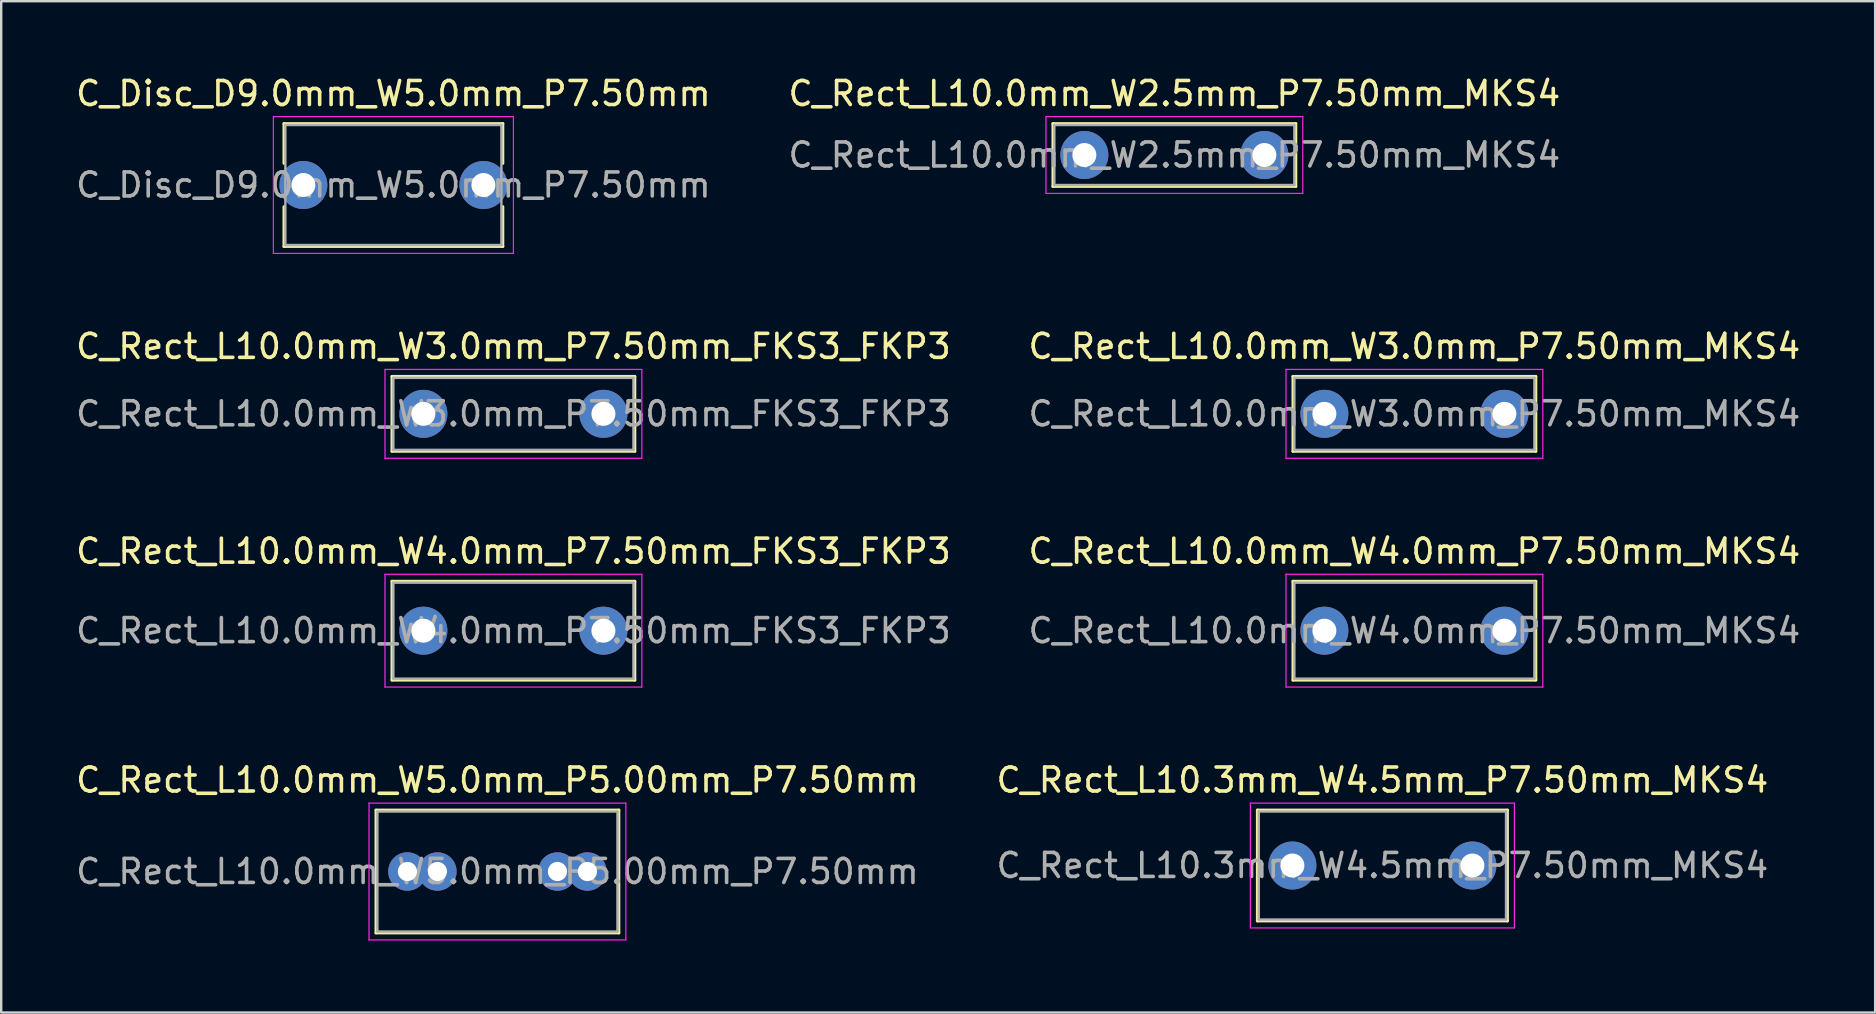
<source format=kicad_pcb>
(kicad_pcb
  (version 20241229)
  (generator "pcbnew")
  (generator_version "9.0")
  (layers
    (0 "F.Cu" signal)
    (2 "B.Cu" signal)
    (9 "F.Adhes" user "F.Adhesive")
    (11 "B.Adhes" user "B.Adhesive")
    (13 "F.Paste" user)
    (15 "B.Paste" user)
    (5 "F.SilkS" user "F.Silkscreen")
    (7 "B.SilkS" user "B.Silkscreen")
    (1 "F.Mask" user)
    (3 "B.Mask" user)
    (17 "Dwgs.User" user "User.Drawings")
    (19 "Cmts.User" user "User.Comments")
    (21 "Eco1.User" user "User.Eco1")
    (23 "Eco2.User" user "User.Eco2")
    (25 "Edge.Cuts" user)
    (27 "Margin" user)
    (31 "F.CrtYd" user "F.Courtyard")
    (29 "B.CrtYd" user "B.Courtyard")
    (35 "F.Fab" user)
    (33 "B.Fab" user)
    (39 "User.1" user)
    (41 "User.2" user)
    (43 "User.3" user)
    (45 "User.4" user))
  (footprint "C_Rect_L10.0mm_W3.0mm_P7.50mm_FKS3_FKP3"
    (layer "F.Cu")
    (at 14.589 14.191)
    (property "Reference" "C_Rect_L10.0mm_W3.0mm_P7.50mm_FKS3_FKP3" (at 3.75 -2.81 0) (layer "F.SilkS") (effects (font (size 1 1) (thickness 0.15))))
    (attr through_hole)
    (fp_line (start -1.31 -1.56) (end -1.31 1.56) (stroke (width 0.12) (type solid)) (layer "F.SilkS"))
    (fp_line (start -1.31 -1.56) (end 8.81 -1.56) (stroke (width 0.12) (type solid)) (layer "F.SilkS"))
    (fp_line (start -1.31 1.56) (end 8.81 1.56) (stroke (width 0.12) (type solid)) (layer "F.SilkS"))
    (fp_line (start 8.81 -1.56) (end 8.81 1.56) (stroke (width 0.12) (type solid)) (layer "F.SilkS"))
    (fp_line (start -1.6 -1.85) (end -1.6 1.85) (stroke (width 0.05) (type solid)) (layer "F.CrtYd"))
    (fp_line (start -1.6 1.85) (end 9.1 1.85) (stroke (width 0.05) (type solid)) (layer "F.CrtYd"))
    (fp_line (start 9.1 -1.85) (end -1.6 -1.85) (stroke (width 0.05) (type solid)) (layer "F.CrtYd"))
    (fp_line (start 9.1 1.85) (end 9.1 -1.85) (stroke (width 0.05) (type solid)) (layer "F.CrtYd"))
    (fp_line (start -1.25 -1.5) (end -1.25 1.5) (stroke (width 0.1) (type solid)) (layer "F.Fab"))
    (fp_line (start -1.25 1.5) (end 8.75 1.5) (stroke (width 0.1) (type solid)) (layer "F.Fab"))
    (fp_line (start 8.75 -1.5) (end -1.25 -1.5) (stroke (width 0.1) (type solid)) (layer "F.Fab"))
    (fp_line (start 8.75 1.5) (end 8.75 -1.5) (stroke (width 0.1) (type solid)) (layer "F.Fab"))
    (fp_text user "${REFERENCE}" (at 3.75 0 0) (layer "F.Fab") (effects (font (size 1 1) (thickness 0.15))))
    (pad "1" thru_hole circle (at 0 0) (size 2 2) (drill 1) (layers "*.Cu" "*.Mask"))
    (pad "2" thru_hole circle (at 7.5 0) (size 2 2) (drill 1) (layers "*.Cu" "*.Mask")))
  (footprint "C_Rect_L10.0mm_W4.0mm_P7.50mm_FKS3_FKP3"
    (layer "F.Cu")
    (at 14.589 23.225)
    (property "Reference" "C_Rect_L10.0mm_W4.0mm_P7.50mm_FKS3_FKP3" (at 3.75 -3.31 0) (layer "F.SilkS") (effects (font (size 1 1) (thickness 0.15))))
    (attr through_hole)
    (fp_line (start -1.31 -2.06) (end -1.31 2.06) (stroke (width 0.12) (type solid)) (layer "F.SilkS"))
    (fp_line (start -1.31 -2.06) (end 8.81 -2.06) (stroke (width 0.12) (type solid)) (layer "F.SilkS"))
    (fp_line (start -1.31 2.06) (end 8.81 2.06) (stroke (width 0.12) (type solid)) (layer "F.SilkS"))
    (fp_line (start 8.81 -2.06) (end 8.81 2.06) (stroke (width 0.12) (type solid)) (layer "F.SilkS"))
    (fp_line (start -1.6 -2.35) (end -1.6 2.35) (stroke (width 0.05) (type solid)) (layer "F.CrtYd"))
    (fp_line (start -1.6 2.35) (end 9.1 2.35) (stroke (width 0.05) (type solid)) (layer "F.CrtYd"))
    (fp_line (start 9.1 -2.35) (end -1.6 -2.35) (stroke (width 0.05) (type solid)) (layer "F.CrtYd"))
    (fp_line (start 9.1 2.35) (end 9.1 -2.35) (stroke (width 0.05) (type solid)) (layer "F.CrtYd"))
    (fp_line (start -1.25 -2) (end -1.25 2) (stroke (width 0.1) (type solid)) (layer "F.Fab"))
    (fp_line (start -1.25 2) (end 8.75 2) (stroke (width 0.1) (type solid)) (layer "F.Fab"))
    (fp_line (start 8.75 -2) (end -1.25 -2) (stroke (width 0.1) (type solid)) (layer "F.Fab"))
    (fp_line (start 8.75 2) (end 8.75 -2) (stroke (width 0.1) (type solid)) (layer "F.Fab"))
    (fp_text user "${REFERENCE}" (at 3.75 0 0) (layer "F.Fab") (effects (font (size 1 1) (thickness 0.15))))
    (pad "1" thru_hole circle (at 0 0) (size 2 2) (drill 1) (layers "*.Cu" "*.Mask"))
    (pad "2" thru_hole circle (at 7.5 0) (size 2 2) (drill 1) (layers "*.Cu" "*.Mask")))
  (footprint "C_Disc_D9.0mm_W5.0mm_P7.50mm"
    (layer "F.Cu")
    (at 9.589 4.658)
    (property "Reference" "C_Disc_D9.0mm_W5.0mm_P7.50mm" (at 3.75 -3.81 0) (layer "F.SilkS") (effects (font (size 1 1) (thickness 0.15))))
    (attr through_hole)
    (fp_line (start -0.81 -2.56) (end -0.81 -0.901) (stroke (width 0.12) (type solid)) (layer "F.SilkS"))
    (fp_line (start -0.81 -2.56) (end 8.31 -2.56) (stroke (width 0.12) (type solid)) (layer "F.SilkS"))
    (fp_line (start -0.81 0.901) (end -0.81 2.56) (stroke (width 0.12) (type solid)) (layer "F.SilkS"))
    (fp_line (start -0.81 2.56) (end 8.31 2.56) (stroke (width 0.12) (type solid)) (layer "F.SilkS"))
    (fp_line (start 8.31 -2.56) (end 8.31 -0.901) (stroke (width 0.12) (type solid)) (layer "F.SilkS"))
    (fp_line (start 8.31 0.901) (end 8.31 2.56) (stroke (width 0.12) (type solid)) (layer "F.SilkS"))
    (fp_line (start -1.25 -2.85) (end -1.25 2.85) (stroke (width 0.05) (type solid)) (layer "F.CrtYd"))
    (fp_line (start -1.25 2.85) (end 8.75 2.85) (stroke (width 0.05) (type solid)) (layer "F.CrtYd"))
    (fp_line (start 8.75 -2.85) (end -1.25 -2.85) (stroke (width 0.05) (type solid)) (layer "F.CrtYd"))
    (fp_line (start 8.75 2.85) (end 8.75 -2.85) (stroke (width 0.05) (type solid)) (layer "F.CrtYd"))
    (fp_line (start -0.75 -2.5) (end -0.75 2.5) (stroke (width 0.1) (type solid)) (layer "F.Fab"))
    (fp_line (start -0.75 2.5) (end 8.25 2.5) (stroke (width 0.1) (type solid)) (layer "F.Fab"))
    (fp_line (start 8.25 -2.5) (end -0.75 -2.5) (stroke (width 0.1) (type solid)) (layer "F.Fab"))
    (fp_line (start 8.25 2.5) (end 8.25 -2.5) (stroke (width 0.1) (type solid)) (layer "F.Fab"))
    (fp_text user "${REFERENCE}" (at 3.75 0 0) (layer "F.Fab") (effects (font (size 1 1) (thickness 0.15))))
    (pad "1" thru_hole circle (at 0 0) (size 2 2) (drill 1) (layers "*.Cu" "*.Mask"))
    (pad "2" thru_hole circle (at 7.5 0) (size 2 2) (drill 1) (layers "*.Cu" "*.Mask")))
  (footprint "C_Rect_L10.0mm_W2.5mm_P7.50mm_MKS4"
    (layer "F.Cu")
    (at 42.125 3.408)
    (property "Reference" "C_Rect_L10.0mm_W2.5mm_P7.50mm_MKS4" (at 3.75 -2.56 0) (layer "F.SilkS") (effects (font (size 1 1) (thickness 0.15))))
    (attr through_hole)
    (fp_line (start -1.31 -1.31) (end -1.31 1.31) (stroke (width 0.12) (type solid)) (layer "F.SilkS"))
    (fp_line (start -1.31 -1.31) (end 8.81 -1.31) (stroke (width 0.12) (type solid)) (layer "F.SilkS"))
    (fp_line (start -1.31 1.31) (end 8.81 1.31) (stroke (width 0.12) (type solid)) (layer "F.SilkS"))
    (fp_line (start 8.81 -1.31) (end 8.81 1.31) (stroke (width 0.12) (type solid)) (layer "F.SilkS"))
    (fp_line (start -1.6 -1.6) (end -1.6 1.6) (stroke (width 0.05) (type solid)) (layer "F.CrtYd"))
    (fp_line (start -1.6 1.6) (end 9.1 1.6) (stroke (width 0.05) (type solid)) (layer "F.CrtYd"))
    (fp_line (start 9.1 -1.6) (end -1.6 -1.6) (stroke (width 0.05) (type solid)) (layer "F.CrtYd"))
    (fp_line (start 9.1 1.6) (end 9.1 -1.6) (stroke (width 0.05) (type solid)) (layer "F.CrtYd"))
    (fp_line (start -1.25 -1.25) (end -1.25 1.25) (stroke (width 0.1) (type solid)) (layer "F.Fab"))
    (fp_line (start -1.25 1.25) (end 8.75 1.25) (stroke (width 0.1) (type solid)) (layer "F.Fab"))
    (fp_line (start 8.75 -1.25) (end -1.25 -1.25) (stroke (width 0.1) (type solid)) (layer "F.Fab"))
    (fp_line (start 8.75 1.25) (end 8.75 -1.25) (stroke (width 0.1) (type solid)) (layer "F.Fab"))
    (fp_text user "${REFERENCE}" (at 3.75 0 0) (layer "F.Fab") (effects (font (size 1 1) (thickness 0.15))))
    (pad "1" thru_hole circle (at 0 0) (size 2 2) (drill 1) (layers "*.Cu" "*.Mask"))
    (pad "2" thru_hole circle (at 7.5 0) (size 2 2) (drill 1) (layers "*.Cu" "*.Mask")))
  (footprint "C_Rect_L10.0mm_W3.0mm_P7.50mm_MKS4"
    (layer "F.Cu")
    (at 52.125 14.191)
    (property "Reference" "C_Rect_L10.0mm_W3.0mm_P7.50mm_MKS4" (at 3.75 -2.81 0) (layer "F.SilkS") (effects (font (size 1 1) (thickness 0.15))))
    (attr through_hole)
    (fp_line (start -1.31 -1.56) (end -1.31 1.56) (stroke (width 0.12) (type solid)) (layer "F.SilkS"))
    (fp_line (start -1.31 -1.56) (end 8.81 -1.56) (stroke (width 0.12) (type solid)) (layer "F.SilkS"))
    (fp_line (start -1.31 1.56) (end 8.81 1.56) (stroke (width 0.12) (type solid)) (layer "F.SilkS"))
    (fp_line (start 8.81 -1.56) (end 8.81 1.56) (stroke (width 0.12) (type solid)) (layer "F.SilkS"))
    (fp_line (start -1.6 -1.85) (end -1.6 1.85) (stroke (width 0.05) (type solid)) (layer "F.CrtYd"))
    (fp_line (start -1.6 1.85) (end 9.1 1.85) (stroke (width 0.05) (type solid)) (layer "F.CrtYd"))
    (fp_line (start 9.1 -1.85) (end -1.6 -1.85) (stroke (width 0.05) (type solid)) (layer "F.CrtYd"))
    (fp_line (start 9.1 1.85) (end 9.1 -1.85) (stroke (width 0.05) (type solid)) (layer "F.CrtYd"))
    (fp_line (start -1.25 -1.5) (end -1.25 1.5) (stroke (width 0.1) (type solid)) (layer "F.Fab"))
    (fp_line (start -1.25 1.5) (end 8.75 1.5) (stroke (width 0.1) (type solid)) (layer "F.Fab"))
    (fp_line (start 8.75 -1.5) (end -1.25 -1.5) (stroke (width 0.1) (type solid)) (layer "F.Fab"))
    (fp_line (start 8.75 1.5) (end 8.75 -1.5) (stroke (width 0.1) (type solid)) (layer "F.Fab"))
    (fp_text user "${REFERENCE}" (at 3.75 0 0) (layer "F.Fab") (effects (font (size 1 1) (thickness 0.15))))
    (pad "1" thru_hole circle (at 0 0) (size 2 2) (drill 1) (layers "*.Cu" "*.Mask"))
    (pad "2" thru_hole circle (at 7.5 0) (size 2 2) (drill 1) (layers "*.Cu" "*.Mask")))
  (footprint "C_Rect_L10.3mm_W4.5mm_P7.50mm_MKS4"
    (layer "F.Cu")
    (at 50.792 33.008)
    (property "Reference" "C_Rect_L10.3mm_W4.5mm_P7.50mm_MKS4" (at 3.75 -3.56 0) (layer "F.SilkS") (effects (font (size 1 1) (thickness 0.15))))
    (attr through_hole)
    (fp_line (start -1.46 -2.31) (end -1.46 2.31) (stroke (width 0.12) (type solid)) (layer "F.SilkS"))
    (fp_line (start -1.46 -2.31) (end 8.96 -2.31) (stroke (width 0.12) (type solid)) (layer "F.SilkS"))
    (fp_line (start -1.46 2.31) (end 8.96 2.31) (stroke (width 0.12) (type solid)) (layer "F.SilkS"))
    (fp_line (start 8.96 -2.31) (end 8.96 2.31) (stroke (width 0.12) (type solid)) (layer "F.SilkS"))
    (fp_line (start -1.75 -2.6) (end -1.75 2.6) (stroke (width 0.05) (type solid)) (layer "F.CrtYd"))
    (fp_line (start -1.75 2.6) (end 9.25 2.6) (stroke (width 0.05) (type solid)) (layer "F.CrtYd"))
    (fp_line (start 9.25 -2.6) (end -1.75 -2.6) (stroke (width 0.05) (type solid)) (layer "F.CrtYd"))
    (fp_line (start 9.25 2.6) (end 9.25 -2.6) (stroke (width 0.05) (type solid)) (layer "F.CrtYd"))
    (fp_line (start -1.4 -2.25) (end -1.4 2.25) (stroke (width 0.1) (type solid)) (layer "F.Fab"))
    (fp_line (start -1.4 2.25) (end 8.9 2.25) (stroke (width 0.1) (type solid)) (layer "F.Fab"))
    (fp_line (start 8.9 -2.25) (end -1.4 -2.25) (stroke (width 0.1) (type solid)) (layer "F.Fab"))
    (fp_line (start 8.9 2.25) (end 8.9 -2.25) (stroke (width 0.1) (type solid)) (layer "F.Fab"))
    (fp_text user "${REFERENCE}" (at 3.75 0 0) (layer "F.Fab") (effects (font (size 1 1) (thickness 0.15))))
    (pad "1" thru_hole circle (at 0 0) (size 2 2) (drill 1) (layers "*.Cu" "*.Mask"))
    (pad "2" thru_hole circle (at 7.5 0) (size 2 2) (drill 1) (layers "*.Cu" "*.Mask")))
  (footprint "C_Rect_L10.0mm_W4.0mm_P7.50mm_MKS4"
    (layer "F.Cu")
    (at 52.125 23.225)
    (property "Reference" "C_Rect_L10.0mm_W4.0mm_P7.50mm_MKS4" (at 3.75 -3.31 0) (layer "F.SilkS") (effects (font (size 1 1) (thickness 0.15))))
    (attr through_hole)
    (fp_line (start -1.31 -2.06) (end -1.31 2.06) (stroke (width 0.12) (type solid)) (layer "F.SilkS"))
    (fp_line (start -1.31 -2.06) (end 8.81 -2.06) (stroke (width 0.12) (type solid)) (layer "F.SilkS"))
    (fp_line (start -1.31 2.06) (end 8.81 2.06) (stroke (width 0.12) (type solid)) (layer "F.SilkS"))
    (fp_line (start 8.81 -2.06) (end 8.81 2.06) (stroke (width 0.12) (type solid)) (layer "F.SilkS"))
    (fp_line (start -1.6 -2.35) (end -1.6 2.35) (stroke (width 0.05) (type solid)) (layer "F.CrtYd"))
    (fp_line (start -1.6 2.35) (end 9.1 2.35) (stroke (width 0.05) (type solid)) (layer "F.CrtYd"))
    (fp_line (start 9.1 -2.35) (end -1.6 -2.35) (stroke (width 0.05) (type solid)) (layer "F.CrtYd"))
    (fp_line (start 9.1 2.35) (end 9.1 -2.35) (stroke (width 0.05) (type solid)) (layer "F.CrtYd"))
    (fp_line (start -1.25 -2) (end -1.25 2) (stroke (width 0.1) (type solid)) (layer "F.Fab"))
    (fp_line (start -1.25 2) (end 8.75 2) (stroke (width 0.1) (type solid)) (layer "F.Fab"))
    (fp_line (start 8.75 -2) (end -1.25 -2) (stroke (width 0.1) (type solid)) (layer "F.Fab"))
    (fp_line (start 8.75 2) (end 8.75 -2) (stroke (width 0.1) (type solid)) (layer "F.Fab"))
    (fp_text user "${REFERENCE}" (at 3.75 0 0) (layer "F.Fab") (effects (font (size 1 1) (thickness 0.15))))
    (pad "1" thru_hole circle (at 0 0) (size 2 2) (drill 1) (layers "*.Cu" "*.Mask"))
    (pad "2" thru_hole circle (at 7.5 0) (size 2 2) (drill 1) (layers "*.Cu" "*.Mask")))
  (footprint "C_Rect_L10.0mm_W5.0mm_P5.00mm_P7.50mm"
    (layer "F.Cu")
    (at 13.923 33.258)
    (property "Reference" "C_Rect_L10.0mm_W5.0mm_P5.00mm_P7.50mm" (at 3.75 -3.81 0) (layer "F.SilkS") (effects (font (size 1 1) (thickness 0.15))))
    (attr through_hole)
    (fp_line (start -1.31 -2.56) (end -1.31 2.56) (stroke (width 0.12) (type solid)) (layer "F.SilkS"))
    (fp_line (start -1.31 -2.56) (end 8.81 -2.56) (stroke (width 0.12) (type solid)) (layer "F.SilkS"))
    (fp_line (start -1.31 2.56) (end 8.81 2.56) (stroke (width 0.12) (type solid)) (layer "F.SilkS"))
    (fp_line (start 8.81 -2.56) (end 8.81 2.56) (stroke (width 0.12) (type solid)) (layer "F.SilkS"))
    (fp_line (start -1.6 -2.85) (end -1.6 2.85) (stroke (width 0.05) (type solid)) (layer "F.CrtYd"))
    (fp_line (start -1.6 2.85) (end 9.1 2.85) (stroke (width 0.05) (type solid)) (layer "F.CrtYd"))
    (fp_line (start 9.1 -2.85) (end -1.6 -2.85) (stroke (width 0.05) (type solid)) (layer "F.CrtYd"))
    (fp_line (start 9.1 2.85) (end 9.1 -2.85) (stroke (width 0.05) (type solid)) (layer "F.CrtYd"))
    (fp_line (start -1.25 -2.5) (end -1.25 2.5) (stroke (width 0.1) (type solid)) (layer "F.Fab"))
    (fp_line (start -1.25 2.5) (end 8.75 2.5) (stroke (width 0.1) (type solid)) (layer "F.Fab"))
    (fp_line (start 8.75 -2.5) (end -1.25 -2.5) (stroke (width 0.1) (type solid)) (layer "F.Fab"))
    (fp_line (start 8.75 2.5) (end 8.75 -2.5) (stroke (width 0.1) (type solid)) (layer "F.Fab"))
    (fp_text user "${REFERENCE}" (at 3.75 0 0) (layer "F.Fab") (effects (font (size 1 1) (thickness 0.15))))
    (pad "1" thru_hole circle (at 0 0) (size 1.6 1.6) (drill 0.8) (layers "*.Cu" "*.Mask"))
    (pad "1" thru_hole circle (at 1.25 0) (size 1.6 1.6) (drill 0.8) (layers "*.Cu" "*.Mask"))
    (pad "2" thru_hole circle (at 6.25 0) (size 1.6 1.6) (drill 0.8) (layers "*.Cu" "*.Mask"))
    (pad "2" thru_hole circle (at 7.5 0) (size 1.6 1.6) (drill 0.8) (layers "*.Cu" "*.Mask")))
  (gr_rect
    (start -3 -3)
    (end 75.071 39.133)
    (stroke (width 0.1) (type default))
    (fill no)
    (layer "Edge.Cuts")))
</source>
